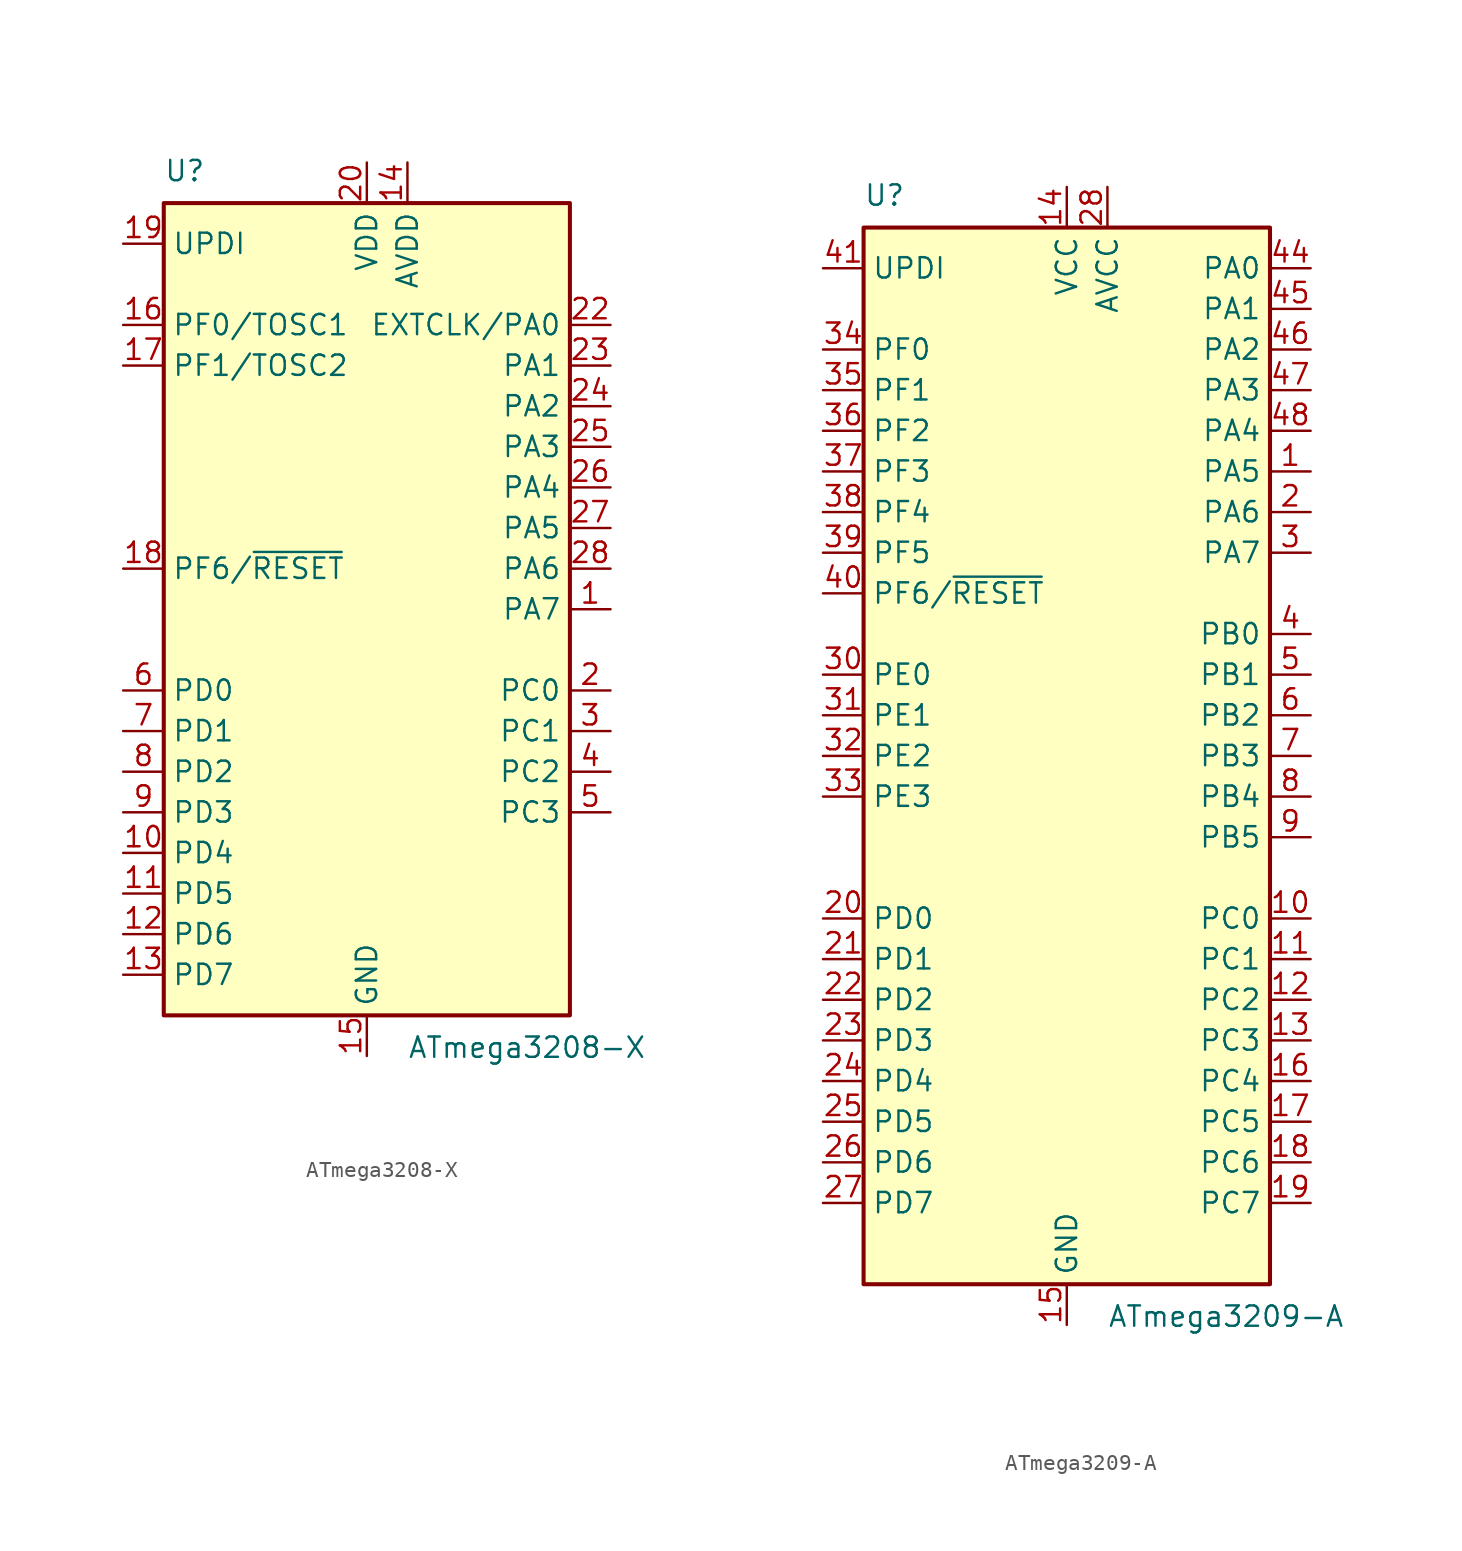
<source format=kicad_sym>
(kicad_symbol_lib
  (version 20201005)
  (generator kicad_symbol_editor)
  (symbol "MCU_Microchip_ATmega:ATmega3208-X"
    (property "Reference" "U"
      (at -12.7 26.67 0)
      (effects (font (size 1.27 1.27)) (justify left bottom)))
    (property "Value" "ATmega3208-X"
      (at 2.54 -26.67 0)
      (effects (font (size 1.27 1.27)) (justify left top)))
    (symbol "ATmega3208-X_0_1"
      (rectangle (start -12.7 -25.4) (end 12.7 25.4) (stroke (width 0.254)) (fill (type background))))
    (symbol "ATmega3208-X_1_1"
      (pin bidirectional line (at 15.24 0 180) (length 2.54) (name "PA7" (effects (font (size 1.27 1.27)))) (number "1" (effects (font (size 1.27 1.27)))))
      (pin bidirectional line (at -15.24 -15.24 0) (length 2.54) (name "PD4" (effects (font (size 1.27 1.27)))) (number "10" (effects (font (size 1.27 1.27)))))
      (pin bidirectional line (at -15.24 -17.78 0) (length 2.54) (name "PD5" (effects (font (size 1.27 1.27)))) (number "11" (effects (font (size 1.27 1.27)))))
      (pin bidirectional line (at -15.24 -20.32 0) (length 2.54) (name "PD6" (effects (font (size 1.27 1.27)))) (number "12" (effects (font (size 1.27 1.27)))))
      (pin bidirectional line (at -15.24 -22.86 0) (length 2.54) (name "PD7" (effects (font (size 1.27 1.27)))) (number "13" (effects (font (size 1.27 1.27)))))
      (pin power_in line (at 2.54 27.94 270) (length 2.54) (name "AVDD" (effects (font (size 1.27 1.27)))) (number "14" (effects (font (size 1.27 1.27)))))
      (pin power_in line (at 0 -27.94 90) (length 2.54) (name "GND" (effects (font (size 1.27 1.27)))) (number "15" (effects (font (size 1.27 1.27)))))
      (pin bidirectional line (at -15.24 17.78 0) (length 2.54) (name "PF0/TOSC1" (effects (font (size 1.27 1.27)))) (number "16" (effects (font (size 1.27 1.27)))))
      (pin bidirectional line (at -15.24 15.24 0) (length 2.54) (name "PF1/TOSC2" (effects (font (size 1.27 1.27)))) (number "17" (effects (font (size 1.27 1.27)))))
      (pin bidirectional line (at -15.24 2.54 0) (length 2.54) (name "PF6/~RESET" (effects (font (size 1.27 1.27)))) (number "18" (effects (font (size 1.27 1.27)))))
      (pin bidirectional line (at -15.24 22.86 0) (length 2.54) (name "UPDI" (effects (font (size 1.27 1.27)))) (number "19" (effects (font (size 1.27 1.27)))))
      (pin bidirectional line (at 15.24 -5.08 180) (length 2.54) (name "PC0" (effects (font (size 1.27 1.27)))) (number "2" (effects (font (size 1.27 1.27)))))
      (pin power_in line (at 0 27.94 270) (length 2.54) (name "VDD" (effects (font (size 1.27 1.27)))) (number "20" (effects (font (size 1.27 1.27)))))
      (pin passive line (at 0 -27.94 90) (length 2.54) hide (name "GND" (effects (font (size 1.27 1.27)))) (number "21" (effects (font (size 1.27 1.27)))))
      (pin bidirectional line (at 15.24 17.78 180) (length 2.54) (name "EXTCLK/PA0" (effects (font (size 1.27 1.27)))) (number "22" (effects (font (size 1.27 1.27)))))
      (pin bidirectional line (at 15.24 15.24 180) (length 2.54) (name "PA1" (effects (font (size 1.27 1.27)))) (number "23" (effects (font (size 1.27 1.27)))))
      (pin bidirectional line (at 15.24 12.7 180) (length 2.54) (name "PA2" (effects (font (size 1.27 1.27)))) (number "24" (effects (font (size 1.27 1.27)))))
      (pin bidirectional line (at 15.24 10.16 180) (length 2.54) (name "PA3" (effects (font (size 1.27 1.27)))) (number "25" (effects (font (size 1.27 1.27)))))
      (pin bidirectional line (at 15.24 7.62 180) (length 2.54) (name "PA4" (effects (font (size 1.27 1.27)))) (number "26" (effects (font (size 1.27 1.27)))))
      (pin bidirectional line (at 15.24 5.08 180) (length 2.54) (name "PA5" (effects (font (size 1.27 1.27)))) (number "27" (effects (font (size 1.27 1.27)))))
      (pin bidirectional line (at 15.24 2.54 180) (length 2.54) (name "PA6" (effects (font (size 1.27 1.27)))) (number "28" (effects (font (size 1.27 1.27)))))
      (pin bidirectional line (at 15.24 -7.62 180) (length 2.54) (name "PC1" (effects (font (size 1.27 1.27)))) (number "3" (effects (font (size 1.27 1.27)))))
      (pin bidirectional line (at 15.24 -10.16 180) (length 2.54) (name "PC2" (effects (font (size 1.27 1.27)))) (number "4" (effects (font (size 1.27 1.27)))))
      (pin bidirectional line (at 15.24 -12.7 180) (length 2.54) (name "PC3" (effects (font (size 1.27 1.27)))) (number "5" (effects (font (size 1.27 1.27)))))
      (pin bidirectional line (at -15.24 -5.08 0) (length 2.54) (name "PD0" (effects (font (size 1.27 1.27)))) (number "6" (effects (font (size 1.27 1.27)))))
      (pin bidirectional line (at -15.24 -7.62 0) (length 2.54) (name "PD1" (effects (font (size 1.27 1.27)))) (number "7" (effects (font (size 1.27 1.27)))))
      (pin bidirectional line (at -15.24 -10.16 0) (length 2.54) (name "PD2" (effects (font (size 1.27 1.27)))) (number "8" (effects (font (size 1.27 1.27)))))
      (pin bidirectional line (at -15.24 -12.7 0) (length 2.54) (name "PD3" (effects (font (size 1.27 1.27)))) (number "9" (effects (font (size 1.27 1.27)))))))
  (symbol "MCU_Microchip_ATmega:ATmega3209-A"
    (property "Reference" "U"
      (at -12.7 34.29 0)
      (effects (font (size 1.27 1.27)) (justify left bottom)))
    (property "Value" "ATmega3209-A"
      (at 2.54 -34.29 0)
      (effects (font (size 1.27 1.27)) (justify left top)))
    (symbol "ATmega3209-A_0_1"
      (rectangle (start -12.7 -33.02) (end 12.7 33.02) (stroke (width 0.254)) (fill (type background))))
    (symbol "ATmega3209-A_1_1"
      (pin bidirectional line (at 15.24 17.78 180) (length 2.54) (name "PA5" (effects (font (size 1.27 1.27)))) (number "1" (effects (font (size 1.27 1.27)))))
      (pin bidirectional line (at 15.24 -10.16 180) (length 2.54) (name "PC0" (effects (font (size 1.27 1.27)))) (number "10" (effects (font (size 1.27 1.27)))))
      (pin bidirectional line (at 15.24 -12.7 180) (length 2.54) (name "PC1" (effects (font (size 1.27 1.27)))) (number "11" (effects (font (size 1.27 1.27)))))
      (pin bidirectional line (at 15.24 -15.24 180) (length 2.54) (name "PC2" (effects (font (size 1.27 1.27)))) (number "12" (effects (font (size 1.27 1.27)))))
      (pin bidirectional line (at 15.24 -17.78 180) (length 2.54) (name "PC3" (effects (font (size 1.27 1.27)))) (number "13" (effects (font (size 1.27 1.27)))))
      (pin power_in line (at 0 35.56 270) (length 2.54) (name "VCC" (effects (font (size 1.27 1.27)))) (number "14" (effects (font (size 1.27 1.27)))))
      (pin power_in line (at 0 -35.56 90) (length 2.54) (name "GND" (effects (font (size 1.27 1.27)))) (number "15" (effects (font (size 1.27 1.27)))))
      (pin bidirectional line (at 15.24 -20.32 180) (length 2.54) (name "PC4" (effects (font (size 1.27 1.27)))) (number "16" (effects (font (size 1.27 1.27)))))
      (pin bidirectional line (at 15.24 -22.86 180) (length 2.54) (name "PC5" (effects (font (size 1.27 1.27)))) (number "17" (effects (font (size 1.27 1.27)))))
      (pin bidirectional line (at 15.24 -25.4 180) (length 2.54) (name "PC6" (effects (font (size 1.27 1.27)))) (number "18" (effects (font (size 1.27 1.27)))))
      (pin bidirectional line (at 15.24 -27.94 180) (length 2.54) (name "PC7" (effects (font (size 1.27 1.27)))) (number "19" (effects (font (size 1.27 1.27)))))
      (pin bidirectional line (at 15.24 15.24 180) (length 2.54) (name "PA6" (effects (font (size 1.27 1.27)))) (number "2" (effects (font (size 1.27 1.27)))))
      (pin bidirectional line (at -15.24 -10.16 0) (length 2.54) (name "PD0" (effects (font (size 1.27 1.27)))) (number "20" (effects (font (size 1.27 1.27)))))
      (pin bidirectional line (at -15.24 -12.7 0) (length 2.54) (name "PD1" (effects (font (size 1.27 1.27)))) (number "21" (effects (font (size 1.27 1.27)))))
      (pin bidirectional line (at -15.24 -15.24 0) (length 2.54) (name "PD2" (effects (font (size 1.27 1.27)))) (number "22" (effects (font (size 1.27 1.27)))))
      (pin bidirectional line (at -15.24 -17.78 0) (length 2.54) (name "PD3" (effects (font (size 1.27 1.27)))) (number "23" (effects (font (size 1.27 1.27)))))
      (pin bidirectional line (at -15.24 -20.32 0) (length 2.54) (name "PD4" (effects (font (size 1.27 1.27)))) (number "24" (effects (font (size 1.27 1.27)))))
      (pin bidirectional line (at -15.24 -22.86 0) (length 2.54) (name "PD5" (effects (font (size 1.27 1.27)))) (number "25" (effects (font (size 1.27 1.27)))))
      (pin bidirectional line (at -15.24 -25.4 0) (length 2.54) (name "PD6" (effects (font (size 1.27 1.27)))) (number "26" (effects (font (size 1.27 1.27)))))
      (pin bidirectional line (at -15.24 -27.94 0) (length 2.54) (name "PD7" (effects (font (size 1.27 1.27)))) (number "27" (effects (font (size 1.27 1.27)))))
      (pin power_in line (at 2.54 35.56 270) (length 2.54) (name "AVCC" (effects (font (size 1.27 1.27)))) (number "28" (effects (font (size 1.27 1.27)))))
      (pin passive line (at 0 -35.56 90) (length 2.54) hide (name "GND" (effects (font (size 1.27 1.27)))) (number "29" (effects (font (size 1.27 1.27)))))
      (pin bidirectional line (at 15.24 12.7 180) (length 2.54) (name "PA7" (effects (font (size 1.27 1.27)))) (number "3" (effects (font (size 1.27 1.27)))))
      (pin bidirectional line (at -15.24 5.08 0) (length 2.54) (name "PE0" (effects (font (size 1.27 1.27)))) (number "30" (effects (font (size 1.27 1.27)))))
      (pin bidirectional line (at -15.24 2.54 0) (length 2.54) (name "PE1" (effects (font (size 1.27 1.27)))) (number "31" (effects (font (size 1.27 1.27)))))
      (pin bidirectional line (at -15.24 0 0) (length 2.54) (name "PE2" (effects (font (size 1.27 1.27)))) (number "32" (effects (font (size 1.27 1.27)))))
      (pin bidirectional line (at -15.24 -2.54 0) (length 2.54) (name "PE3" (effects (font (size 1.27 1.27)))) (number "33" (effects (font (size 1.27 1.27)))))
      (pin bidirectional line (at -15.24 25.4 0) (length 2.54) (name "PF0" (effects (font (size 1.27 1.27)))) (number "34" (effects (font (size 1.27 1.27)))))
      (pin bidirectional line (at -15.24 22.86 0) (length 2.54) (name "PF1" (effects (font (size 1.27 1.27)))) (number "35" (effects (font (size 1.27 1.27)))))
      (pin bidirectional line (at -15.24 20.32 0) (length 2.54) (name "PF2" (effects (font (size 1.27 1.27)))) (number "36" (effects (font (size 1.27 1.27)))))
      (pin bidirectional line (at -15.24 17.78 0) (length 2.54) (name "PF3" (effects (font (size 1.27 1.27)))) (number "37" (effects (font (size 1.27 1.27)))))
      (pin bidirectional line (at -15.24 15.24 0) (length 2.54) (name "PF4" (effects (font (size 1.27 1.27)))) (number "38" (effects (font (size 1.27 1.27)))))
      (pin bidirectional line (at -15.24 12.7 0) (length 2.54) (name "PF5" (effects (font (size 1.27 1.27)))) (number "39" (effects (font (size 1.27 1.27)))))
      (pin bidirectional line (at 15.24 7.62 180) (length 2.54) (name "PB0" (effects (font (size 1.27 1.27)))) (number "4" (effects (font (size 1.27 1.27)))))
      (pin bidirectional line (at -15.24 10.16 0) (length 2.54) (name "PF6/~RESET" (effects (font (size 1.27 1.27)))) (number "40" (effects (font (size 1.27 1.27)))))
      (pin bidirectional line (at -15.24 30.48 0) (length 2.54) (name "UPDI" (effects (font (size 1.27 1.27)))) (number "41" (effects (font (size 1.27 1.27)))))
      (pin passive line (at 0 35.56 270) (length 2.54) hide (name "VCC" (effects (font (size 1.27 1.27)))) (number "42" (effects (font (size 1.27 1.27)))))
      (pin passive line (at 0 -35.56 90) (length 2.54) hide (name "GND" (effects (font (size 1.27 1.27)))) (number "43" (effects (font (size 1.27 1.27)))))
      (pin bidirectional line (at 15.24 30.48 180) (length 2.54) (name "PA0" (effects (font (size 1.27 1.27)))) (number "44" (effects (font (size 1.27 1.27)))))
      (pin bidirectional line (at 15.24 27.94 180) (length 2.54) (name "PA1" (effects (font (size 1.27 1.27)))) (number "45" (effects (font (size 1.27 1.27)))))
      (pin bidirectional line (at 15.24 25.4 180) (length 2.54) (name "PA2" (effects (font (size 1.27 1.27)))) (number "46" (effects (font (size 1.27 1.27)))))
      (pin bidirectional line (at 15.24 22.86 180) (length 2.54) (name "PA3" (effects (font (size 1.27 1.27)))) (number "47" (effects (font (size 1.27 1.27)))))
      (pin bidirectional line (at 15.24 20.32 180) (length 2.54) (name "PA4" (effects (font (size 1.27 1.27)))) (number "48" (effects (font (size 1.27 1.27)))))
      (pin bidirectional line (at 15.24 5.08 180) (length 2.54) (name "PB1" (effects (font (size 1.27 1.27)))) (number "5" (effects (font (size 1.27 1.27)))))
      (pin bidirectional line (at 15.24 2.54 180) (length 2.54) (name "PB2" (effects (font (size 1.27 1.27)))) (number "6" (effects (font (size 1.27 1.27)))))
      (pin bidirectional line (at 15.24 0 180) (length 2.54) (name "PB3" (effects (font (size 1.27 1.27)))) (number "7" (effects (font (size 1.27 1.27)))))
      (pin bidirectional line (at 15.24 -2.54 180) (length 2.54) (name "PB4" (effects (font (size 1.27 1.27)))) (number "8" (effects (font (size 1.27 1.27)))))
      (pin bidirectional line (at 15.24 -5.08 180) (length 2.54) (name "PB5" (effects (font (size 1.27 1.27)))) (number "9" (effects (font (size 1.27 1.27))))))))
</source>
